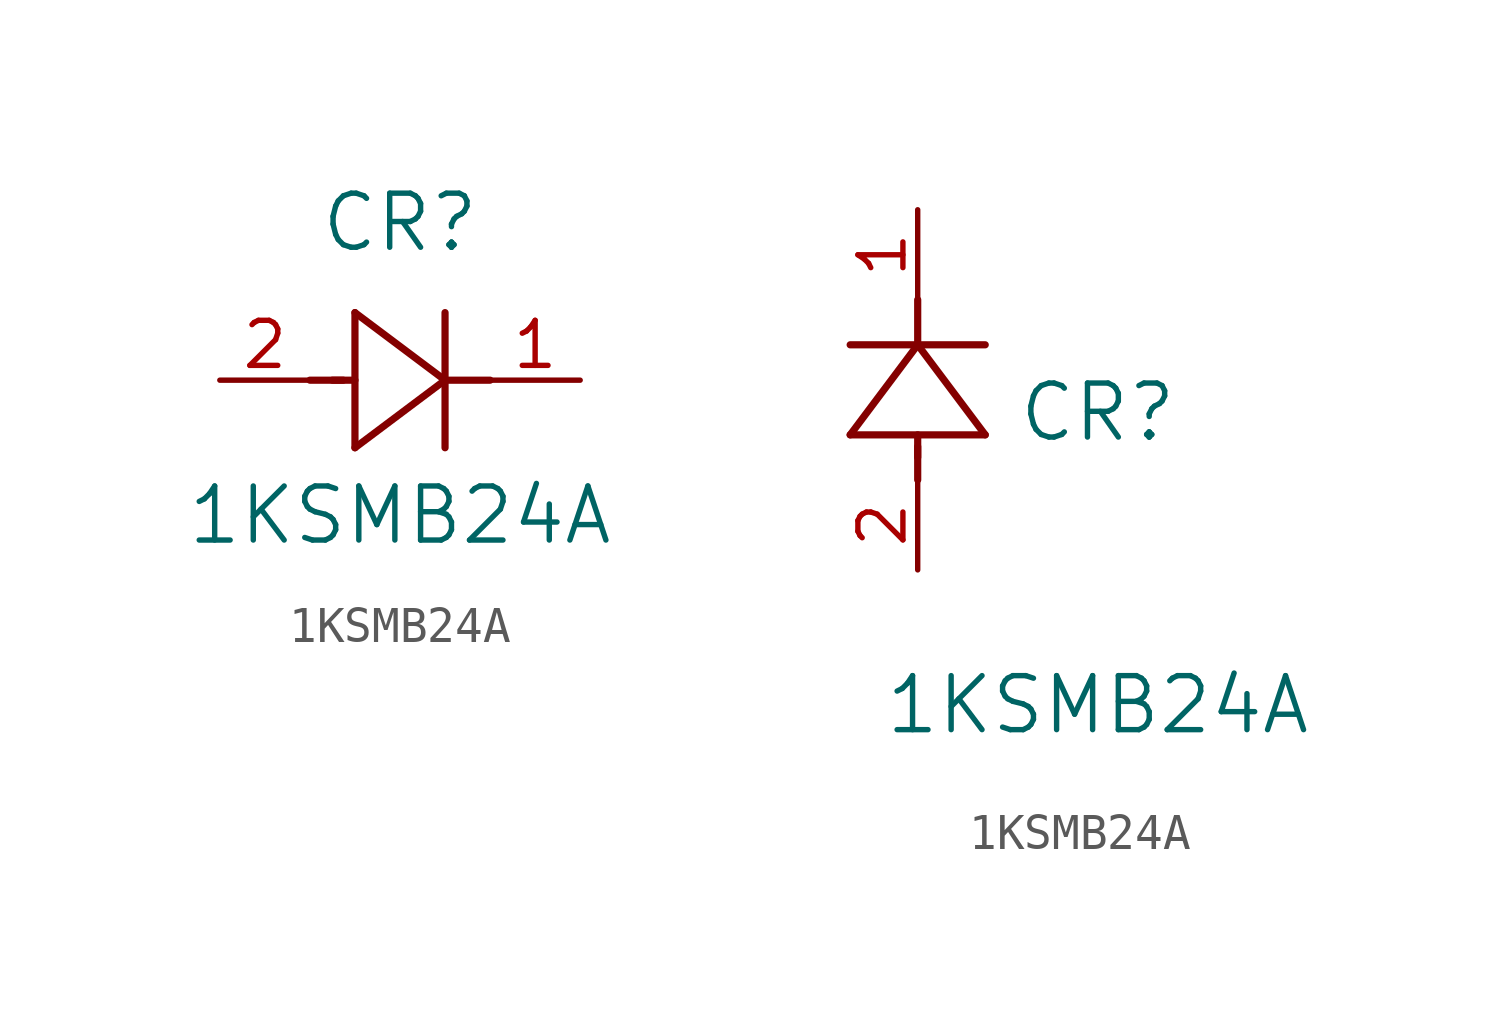
<source format=kicad_sym>
(kicad_symbol_lib
  (version 20211014)
  (generator kicad_symbol_editor)
  (symbol "1KSMB24A"
    (pin_names
      (offset 0.254))
    (property "Reference" "CR"
      (at 5.08 4.445 0)
      (effects (font (size 1.524 1.524))))
    (property "Value" "1KSMB24A"
      (at 5.08 -3.81 0)
      (effects (font (size 1.524 1.524))))
    (symbol "1KSMB24A_1_1"
      (polyline (pts (xy 2.54 0) (xy 3.48 0)) (stroke (width 0.203) (type default) (color 0 0 0 0)) (fill (type none)))
      (polyline (pts (xy 3.81 1.905) (xy 3.81 -1.905)) (stroke (width 0.203) (type default) (color 0 0 0 0)) (fill (type none)))
      (polyline (pts (xy 3.175 0) (xy 3.81 0)) (stroke (width 0.203) (type default) (color 0 0 0 0)) (fill (type none)))
      (polyline (pts (xy 6.35 -1.905) (xy 6.35 1.905)) (stroke (width 0.203) (type default) (color 0 0 0 0)) (fill (type none)))
      (polyline (pts (xy 6.35 0) (xy 7.62 0)) (stroke (width 0.203) (type default) (color 0 0 0 0)) (fill (type none)))
      (polyline (pts (xy 6.35 0) (xy 3.81 1.905)) (stroke (width 0.203) (type default) (color 0 0 0 0)) (fill (type none)))
      (polyline (pts (xy 3.81 -1.905) (xy 6.35 0)) (stroke (width 0.203) (type default) (color 0 0 0 0)) (fill (type none)))
      (pin unspecified line (at 0 0 0) (length 2.54) (name "" (effects (font (size 1.27 1.27)))) (number "2" (effects (font (size 1.27 1.27)))))
      (pin unspecified line (at 10.16 0 180) (length 2.54) (name "" (effects (font (size 1.27 1.27)))) (number "1" (effects (font (size 1.27 1.27))))))
    (symbol "1KSMB24A_1_2"
      (polyline (pts (xy 0 2.54) (xy 0 3.48)) (stroke (width 0.203) (type default) (color 0 0 0 0)) (fill (type none)))
      (polyline (pts (xy -1.905 3.81) (xy 1.905 3.81)) (stroke (width 0.203) (type default) (color 0 0 0 0)) (fill (type none)))
      (polyline (pts (xy 0 3.175) (xy 0 3.81)) (stroke (width 0.203) (type default) (color 0 0 0 0)) (fill (type none)))
      (polyline (pts (xy 1.905 6.35) (xy -1.905 6.35)) (stroke (width 0.203) (type default) (color 0 0 0 0)) (fill (type none)))
      (polyline (pts (xy 0 6.35) (xy 0 7.62)) (stroke (width 0.203) (type default) (color 0 0 0 0)) (fill (type none)))
      (polyline (pts (xy 0 6.35) (xy -1.905 3.81)) (stroke (width 0.203) (type default) (color 0 0 0 0)) (fill (type none)))
      (polyline (pts (xy 1.905 3.81) (xy 0 6.35)) (stroke (width 0.203) (type default) (color 0 0 0 0)) (fill (type none)))
      (pin unspecified line (at 0 0 90) (length 2.54) (name "" (effects (font (size 1.27 1.27)))) (number "2" (effects (font (size 1.27 1.27)))))
      (pin unspecified line (at 0 10.16 270) (length 2.54) (name "" (effects (font (size 1.27 1.27)))) (number "1" (effects (font (size 1.27 1.27))))))))
</source>
